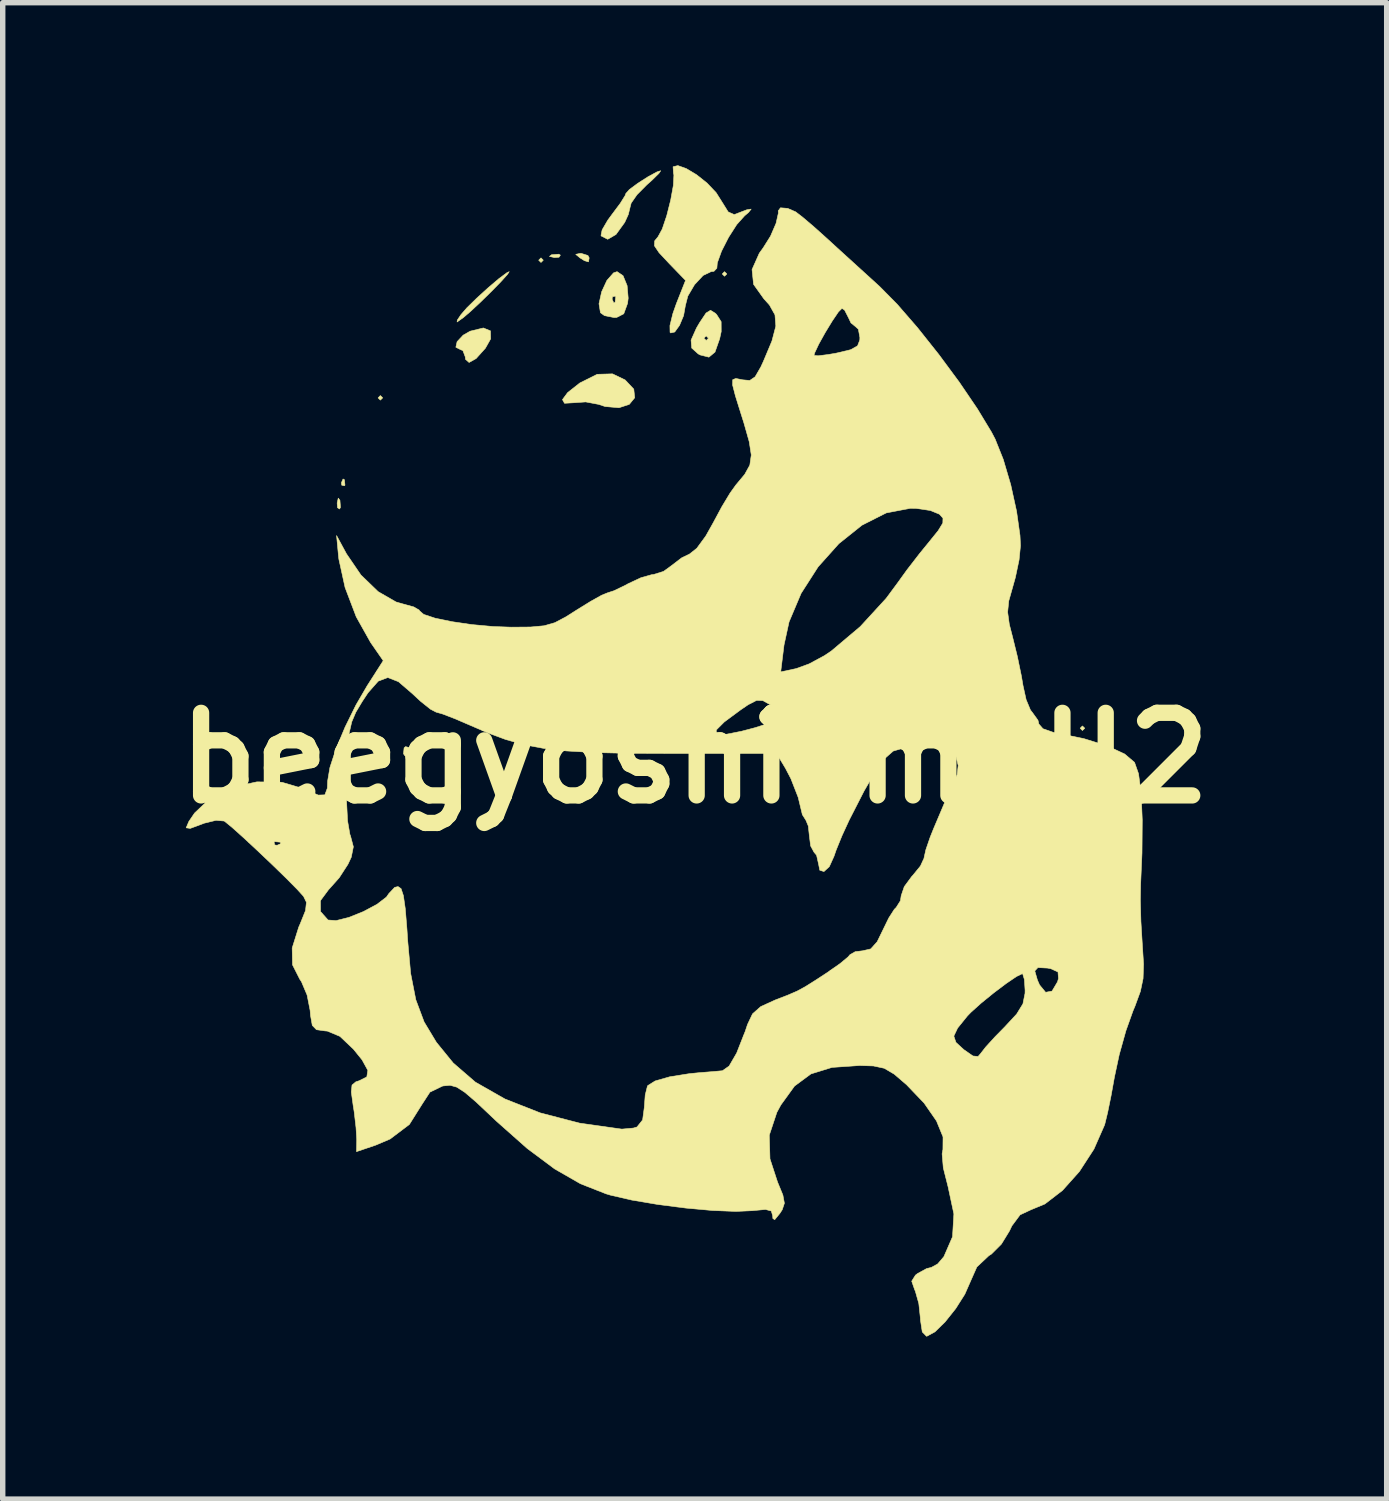
<source format=kicad_pcb>
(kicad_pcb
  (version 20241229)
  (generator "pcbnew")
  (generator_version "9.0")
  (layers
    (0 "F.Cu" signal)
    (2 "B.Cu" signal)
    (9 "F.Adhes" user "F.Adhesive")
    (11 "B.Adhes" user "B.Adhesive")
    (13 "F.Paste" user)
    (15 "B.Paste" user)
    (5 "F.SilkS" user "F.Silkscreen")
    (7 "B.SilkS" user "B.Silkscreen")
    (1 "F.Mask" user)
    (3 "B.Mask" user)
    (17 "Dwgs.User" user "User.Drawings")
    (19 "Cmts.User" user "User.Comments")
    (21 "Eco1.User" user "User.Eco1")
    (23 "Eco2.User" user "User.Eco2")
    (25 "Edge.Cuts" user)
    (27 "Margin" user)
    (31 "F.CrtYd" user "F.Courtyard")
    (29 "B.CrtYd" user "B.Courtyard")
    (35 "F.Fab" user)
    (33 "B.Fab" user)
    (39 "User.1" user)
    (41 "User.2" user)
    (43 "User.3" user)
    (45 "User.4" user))
  (footprint "beegyoshismall2"
    (layer "F.Cu")
    (at 9.768 10.937)
    (property "Reference" "beegyoshismall2" (at 0 0 0) (layer "F.SilkS") (effects (font (size 1.524 1.524) (thickness 0.3))))
    (attr through_hole)
    (fp_poly (pts (xy -5.757 -6.646) (xy -5.8 -6.604) (xy -5.842 -6.646) (xy -5.8 -6.689) (xy -5.757 -6.646)) (stroke (width 0.01) (type solid)) (fill yes) (layer "F.SilkS"))
    (fp_poly (pts (xy -2.794 -9.186) (xy -2.836 -9.144) (xy -2.879 -9.186) (xy -2.836 -9.229) (xy -2.794 -9.186)) (stroke (width 0.01) (type solid)) (fill yes) (layer "F.SilkS"))
    (fp_poly (pts (xy 0.593 -8.932) (xy 0.55 -8.89) (xy 0.508 -8.932) (xy 0.55 -8.975) (xy 0.593 -8.932)) (stroke (width 0.01) (type solid)) (fill yes) (layer "F.SilkS"))
    (fp_poly (pts (xy 7.197 -0.55) (xy 7.154 -0.508) (xy 7.112 -0.55) (xy 7.154 -0.593) (xy 7.197 -0.55)) (stroke (width 0.01) (type solid)) (fill yes) (layer "F.SilkS"))
    (fp_poly (pts (xy -6.546 -4.757) (xy -6.536 -4.625) (xy -6.553 -4.595) (xy -6.591 -4.62) (xy -6.597 -4.706) (xy -6.577 -4.796) (xy -6.546 -4.757)) (stroke (width 0.01) (type solid)) (fill yes) (layer "F.SilkS"))
    (fp_poly (pts (xy -6.463 -5.136) (xy -6.453 -5.036) (xy -6.463 -5.024) (xy -6.513 -5.035) (xy -6.519 -5.08) (xy -6.488 -5.15) (xy -6.463 -5.136)) (stroke (width 0.01) (type solid)) (fill yes) (layer "F.SilkS"))
    (fp_poly (pts (xy -2.478 -9.28) (xy -2.504 -9.241) (xy -2.589 -9.235) (xy -2.68 -9.256) (xy -2.641 -9.287) (xy -2.508 -9.297) (xy -2.478 -9.28)) (stroke (width 0.01) (type solid)) (fill yes) (layer "F.SilkS"))
    (fp_poly (pts (xy -5.262 -0.192) (xy -5.249 -0.132) (xy -5.277 -0.01) (xy -5.351 -0.046) (xy -5.373 -0.079) (xy -5.362 -0.188) (xy -5.335 -0.211) (xy -5.262 -0.192)) (stroke (width 0.01) (type solid)) (fill yes) (layer "F.SilkS"))
    (fp_poly (pts (xy -1.97 -9.273) (xy -1.947 -9.229) (xy -1.96 -9.155) (xy -2.034 -9.177) (xy -2.117 -9.229) (xy -2.195 -9.294) (xy -2.114 -9.312) (xy -2.095 -9.312) (xy -1.97 -9.273)) (stroke (width 0.01) (type solid)) (fill yes) (layer "F.SilkS"))
    (fp_poly (pts (xy -3.768 -7.882) (xy -3.765 -7.734) (xy -3.862 -7.562) (xy -4.034 -7.371) (xy -4.163 -7.299) (xy -4.229 -7.357) (xy -4.233 -7.401) (xy -4.277 -7.518) (xy -4.318 -7.535) (xy -4.407 -7.58) (xy -4.384 -7.683) (xy -4.272 -7.803) (xy -4.144 -7.876) (xy -3.9 -7.936) (xy -3.768 -7.882)) (stroke (width 0.01) (type solid)) (fill yes) (layer "F.SilkS"))
    (fp_poly (pts (xy -3.455 -8.923) (xy -3.576 -8.789) (xy -3.753 -8.608) (xy -3.95 -8.415) (xy -4.133 -8.244) (xy -4.268 -8.128) (xy -4.272 -8.125) (xy -4.384 -8.046) (xy -4.38 -8.081) (xy -4.313 -8.181) (xy -4.203 -8.308) (xy -4.021 -8.486) (xy -3.81 -8.678) (xy -3.612 -8.846) (xy -3.467 -8.954) (xy -3.422 -8.975) (xy -3.455 -8.923)) (stroke (width 0.01) (type solid)) (fill yes) (layer "F.SilkS"))
    (fp_poly (pts (xy -1.284 -6.977) (xy -1.124 -6.807) (xy -1.107 -6.648) (xy -1.207 -6.526) (xy -1.397 -6.464) (xy -1.652 -6.486) (xy -1.773 -6.526) (xy -2.011 -6.571) (xy -2.227 -6.556) (xy -2.402 -6.546) (xy -2.44 -6.614) (xy -2.345 -6.743) (xy -2.123 -6.918) (xy -2.119 -6.921) (xy -1.799 -7.081) (xy -1.517 -7.089) (xy -1.284 -6.977)) (stroke (width 0.01) (type solid)) (fill yes) (layer "F.SilkS"))
    (fp_poly (pts (xy 0.382 -8.206) (xy 0.403 -8.185) (xy 0.488 -8.052) (xy 0.489 -7.868) (xy 0.46 -7.735) (xy 0.374 -7.49) (xy 0.262 -7.397) (xy 0.1 -7.438) (xy 0.064 -7.458) (xy -0.055 -7.565) (xy -0.067 -7.711) (xy -0.051 -7.747) (xy 0.169 -7.747) (xy 0.212 -7.705) (xy 0.254 -7.747) (xy 0.212 -7.789) (xy 0.169 -7.747) (xy -0.051 -7.747) (xy 0.032 -7.933) (xy 0.091 -8.034) (xy 0.21 -8.212) (xy 0.292 -8.262) (xy 0.382 -8.206)) (stroke (width 0.01) (type solid)) (fill yes) (layer "F.SilkS"))
    (fp_poly (pts (xy -1.322 -8.9) (xy -1.247 -8.717) (xy -1.227 -8.485) (xy -1.239 -8.389) (xy -1.309 -8.197) (xy -1.44 -8.13) (xy -1.487 -8.128) (xy -1.664 -8.163) (xy -1.739 -8.217) (xy -1.766 -8.383) (xy -1.747 -8.467) (xy -1.524 -8.467) (xy -1.493 -8.397) (xy -1.468 -8.41) (xy -1.457 -8.511) (xy -1.468 -8.523) (xy -1.518 -8.511) (xy -1.524 -8.467) (xy -1.747 -8.467) (xy -1.717 -8.603) (xy -1.62 -8.813) (xy -1.498 -8.952) (xy -1.432 -8.975) (xy -1.322 -8.9)) (stroke (width 0.01) (type solid)) (fill yes) (layer "F.SilkS"))
    (fp_poly (pts (xy -0.66 -10.788) (xy -0.788 -10.662) (xy -0.886 -10.575) (xy -1.065 -10.394) (xy -1.172 -10.24) (xy -1.185 -10.192) (xy -1.225 -10.029) (xy -1.291 -9.884) (xy -1.453 -9.66) (xy -1.605 -9.572) (xy -1.723 -9.632) (xy -1.729 -9.642) (xy -1.708 -9.746) (xy -1.603 -9.926) (xy -1.523 -10.035) (xy -1.374 -10.234) (xy -1.283 -10.38) (xy -1.27 -10.417) (xy -1.205 -10.49) (xy -1.05 -10.605) (xy -0.861 -10.726) (xy -0.697 -10.815) (xy -0.627 -10.837) (xy -0.66 -10.788)) (stroke (width 0.01) (type solid)) (fill yes) (layer "F.SilkS"))
    (fp_poly (pts (xy -0.156 -10.877) (xy 0.033 -10.764) (xy 0.227 -10.61) (xy 0.395 -10.433) (xy 0.503 -10.262) (xy 0.618 -10.077) (xy 0.729 -10.028) (xy 0.736 -10.03) (xy 0.96 -10.116) (xy 1.042 -10.129) (xy 0.993 -10.067) (xy 0.92 -10.005) (xy 0.776 -9.844) (xy 0.625 -9.608) (xy 0.495 -9.353) (xy 0.417 -9.137) (xy 0.409 -9.038) (xy 0.355 -8.981) (xy 0.302 -8.975) (xy 0.156 -8.905) (xy -0.003 -8.735) (xy -0.127 -8.524) (xy -0.172 -8.349) (xy -0.205 -8.163) (xy -0.28 -7.984) (xy -0.369 -7.861) (xy -0.444 -7.844) (xy -0.455 -7.856) (xy -0.457 -7.98) (xy -0.403 -8.201) (xy -0.34 -8.38) (xy -0.169 -8.813) (xy -0.465 -9.119) (xy -0.657 -9.324) (xy -0.743 -9.452) (xy -0.739 -9.542) (xy -0.677 -9.618) (xy -0.599 -9.761) (xy -0.516 -10.007) (xy -0.443 -10.296) (xy -0.394 -10.566) (xy -0.384 -10.758) (xy -0.392 -10.793) (xy -0.399 -10.91) (xy -0.311 -10.932) (xy -0.156 -10.877)) (stroke (width 0.01) (type solid)) (fill yes) (layer "F.SilkS"))
    (fp_poly (pts (xy 1.716 -10.142) (xy 1.863 -10.078) (xy 1.988 -9.982) (xy 2.192 -9.809) (xy 2.413 -9.611) (xy 2.681 -9.366) (xy 3.013 -9.064) (xy 3.345 -8.762) (xy 3.416 -8.697) (xy 3.738 -8.371) (xy 4.111 -7.941) (xy 4.503 -7.448) (xy 4.883 -6.934) (xy 5.217 -6.442) (xy 5.476 -6.014) (xy 5.544 -5.884) (xy 5.693 -5.511) (xy 5.831 -5.044) (xy 5.939 -4.552) (xy 6.002 -4.107) (xy 6.011 -3.918) (xy 5.985 -3.656) (xy 5.917 -3.333) (xy 5.871 -3.169) (xy 5.795 -2.9) (xy 5.774 -2.693) (xy 5.805 -2.467) (xy 5.866 -2.23) (xy 5.953 -1.876) (xy 6.028 -1.513) (xy 6.058 -1.336) (xy 6.115 -1.078) (xy 6.195 -0.886) (xy 6.232 -0.839) (xy 6.334 -0.697) (xy 6.35 -0.628) (xy 6.426 -0.541) (xy 6.621 -0.473) (xy 6.668 -0.464) (xy 7.179 -0.359) (xy 7.611 -0.225) (xy 7.933 -0.075) (xy 8.116 0.08) (xy 8.116 0.081) (xy 8.189 0.289) (xy 8.237 0.648) (xy 8.258 1.142) (xy 8.253 1.753) (xy 8.228 2.328) (xy 8.223 2.626) (xy 8.233 3.012) (xy 8.257 3.408) (xy 8.259 3.438) (xy 8.282 3.803) (xy 8.273 4.069) (xy 8.224 4.304) (xy 8.124 4.577) (xy 8.087 4.665) (xy 7.956 5.032) (xy 7.833 5.472) (xy 7.745 5.884) (xy 7.682 6.233) (xy 7.619 6.541) (xy 7.568 6.75) (xy 7.561 6.773) (xy 7.366 7.216) (xy 7.098 7.629) (xy 6.786 7.978) (xy 6.461 8.228) (xy 6.205 8.334) (xy 6.004 8.428) (xy 5.852 8.632) (xy 5.808 8.725) (xy 5.659 8.968) (xy 5.475 9.152) (xy 5.427 9.182) (xy 5.206 9.39) (xy 5.09 9.652) (xy 4.984 9.893) (xy 4.816 10.158) (xy 4.621 10.403) (xy 4.433 10.587) (xy 4.286 10.667) (xy 4.276 10.668) (xy 4.199 10.589) (xy 4.165 10.367) (xy 4.164 10.334) (xy 4.135 10.064) (xy 4.071 9.837) (xy 4.059 9.811) (xy 4.004 9.652) (xy 4.073 9.541) (xy 4.112 9.511) (xy 4.278 9.42) (xy 4.367 9.398) (xy 4.483 9.334) (xy 4.598 9.199) (xy 4.757 8.833) (xy 4.782 8.411) (xy 4.675 7.91) (xy 4.587 7.562) (xy 4.565 7.303) (xy 4.58 7.221) (xy 4.582 6.99) (xy 4.461 6.695) (xy 4.233 6.366) (xy 3.915 6.034) (xy 3.914 6.032) (xy 3.681 5.832) (xy 3.498 5.724) (xy 3.298 5.681) (xy 3.042 5.673) (xy 2.533 5.708) (xy 2.145 5.828) (xy 1.842 6.052) (xy 1.589 6.402) (xy 1.516 6.537) (xy 1.376 6.958) (xy 1.389 7.396) (xy 1.528 7.822) (xy 1.627 8.063) (xy 1.655 8.214) (xy 1.615 8.334) (xy 1.571 8.402) (xy 1.476 8.518) (xy 1.442 8.495) (xy 1.439 8.445) (xy 1.413 8.357) (xy 1.306 8.329) (xy 1.076 8.35) (xy 1.075 8.351) (xy 0.76 8.365) (xy 0.33 8.348) (xy -0.166 8.303) (xy -0.679 8.237) (xy -1.159 8.156) (xy -1.557 8.064) (xy -1.634 8.041) (xy -2.107 7.855) (xy -2.584 7.581) (xy -3.092 7.202) (xy -3.658 6.7) (xy -3.733 6.629) (xy -4.031 6.348) (xy -4.24 6.169) (xy -4.39 6.072) (xy -4.512 6.038) (xy -4.635 6.049) (xy -4.655 6.053) (xy -4.885 6.164) (xy -5.03 6.387) (xy -5.265 6.761) (xy -5.62 7.029) (xy -5.883 7.141) (xy -6.24 7.262) (xy -6.236 7.039) (xy -6.249 6.819) (xy -6.283 6.527) (xy -6.302 6.408) (xy -6.336 6.162) (xy -6.323 6.033) (xy -6.251 5.973) (xy -6.191 5.954) (xy -6.05 5.883) (xy -6.031 5.762) (xy -6.137 5.569) (xy -6.295 5.373) (xy -6.546 5.135) (xy -6.778 5.038) (xy -6.824 5.034) (xy -6.979 5.012) (xy -7.056 4.933) (xy -7.089 4.747) (xy -7.096 4.656) (xy -7.152 4.372) (xy -7.256 4.126) (xy -7.287 4.08) (xy -7.421 3.815) (xy -7.427 3.505) (xy -7.306 3.119) (xy -7.279 3.058) (xy -7.181 2.814) (xy -7.164 2.661) (xy -7.179 2.63) (xy -6.905 2.63) (xy -6.904 2.832) (xy -6.765 2.988) (xy -6.617 2.999) (xy -6.381 2.94) (xy -6.112 2.832) (xy -5.863 2.699) (xy -5.688 2.565) (xy -5.643 2.5) (xy -5.536 2.386) (xy -5.474 2.371) (xy -5.418 2.409) (xy -5.375 2.538) (xy -5.34 2.781) (xy -5.309 3.161) (xy -5.296 3.365) (xy -5.241 3.974) (xy -5.146 4.459) (xy -4.993 4.868) (xy -4.766 5.245) (xy -4.456 5.626) (xy -4.046 5.98) (xy -3.5 6.291) (xy -2.85 6.547) (xy -2.124 6.736) (xy -1.355 6.845) (xy -1.34 6.846) (xy -1.132 6.827) (xy -1.065 6.807) (xy -0.961 6.677) (xy -0.93 6.447) (xy -0.913 6.216) (xy -0.873 6.056) (xy -0.867 6.044) (xy -0.73 5.958) (xy -0.461 5.881) (xy -0.097 5.823) (xy 0.085 5.805) (xy 0.324 5.786) (xy 0.503 5.77) (xy 0.511 5.77) (xy 0.635 5.683) (xy 0.774 5.443) (xy 0.897 5.13) (xy 4.781 5.13) (xy 4.82 5.246) (xy 4.961 5.376) (xy 4.963 5.378) (xy 5.134 5.497) (xy 5.229 5.506) (xy 5.275 5.453) (xy 5.369 5.332) (xy 5.544 5.14) (xy 5.719 4.962) (xy 5.94 4.724) (xy 6.056 4.535) (xy 6.095 4.341) (xy 6.096 4.285) (xy 6.083 4.085) (xy 6.052 3.983) (xy 6.044 3.979) (xy 5.938 4.03) (xy 5.748 4.159) (xy 5.516 4.334) (xy 5.285 4.522) (xy 5.099 4.689) (xy 5.032 4.758) (xy 4.851 4.982) (xy 4.781 5.13) (xy 0.897 5.13) (xy 0.932 5.043) (xy 0.975 4.914) (xy 1.067 4.72) (xy 1.218 4.586) (xy 1.483 4.465) (xy 1.488 4.463) (xy 1.723 4.372) (xy 1.89 4.3) (xy 2.044 4.216) (xy 2.241 4.092) (xy 2.464 3.946) (xy 2.488 3.928) (xy 6.275 3.928) (xy 6.323 4.095) (xy 6.363 4.186) (xy 6.475 4.322) (xy 6.593 4.3) (xy 6.694 4.13) (xy 6.712 4.069) (xy 6.703 3.947) (xy 6.569 3.886) (xy 6.509 3.875) (xy 6.332 3.866) (xy 6.275 3.928) (xy 2.488 3.928) (xy 2.68 3.794) (xy 2.827 3.672) (xy 2.865 3.628) (xy 2.961 3.573) (xy 3.1 3.556) (xy 3.249 3.521) (xy 3.367 3.389) (xy 3.467 3.184) (xy 3.58 2.952) (xy 3.683 2.791) (xy 3.718 2.756) (xy 3.796 2.632) (xy 3.81 2.539) (xy 3.867 2.372) (xy 4.006 2.183) (xy 4.022 2.167) (xy 4.165 1.992) (xy 4.232 1.847) (xy 4.233 1.835) (xy 4.265 1.692) (xy 4.345 1.459) (xy 4.408 1.302) (xy 4.528 1.019) (xy 4.634 0.768) (xy 4.672 0.677) (xy 4.772 0.453) (xy 4.842 0.309) (xy 4.862 0.137) (xy 4.808 -0.083) (xy 4.707 -0.287) (xy 4.585 -0.41) (xy 4.535 -0.423) (xy 4.384 -0.386) (xy 4.18 -0.297) (xy 4.18 -0.297) (xy 3.967 -0.207) (xy 3.802 -0.17) (xy 3.663 -0.129) (xy 3.512 0.003) (xy 3.337 0.242) (xy 3.126 0.606) (xy 2.868 1.11) (xy 2.851 1.143) (xy 2.718 1.432) (xy 2.609 1.7) (xy 2.57 1.813) (xy 2.484 2.003) (xy 2.385 2.094) (xy 2.308 2.07) (xy 2.286 1.959) (xy 2.249 1.794) (xy 2.201 1.736) (xy 2.139 1.621) (xy 2.117 1.448) (xy 2.096 1.254) (xy 2.053 1.15) (xy 1.985 1.042) (xy 1.983 1.03) (xy 1.909 0.724) (xy 1.775 0.381) (xy 1.676 0.191) (xy 1.51 -0.085) (xy -0.488 -0.085) (xy -1.245 -0.088) (xy -1.861 -0.102) (xy -2.364 -0.131) (xy -2.784 -0.178) (xy -3.149 -0.247) (xy -3.487 -0.342) (xy -3.826 -0.468) (xy -3.941 -0.518) (xy 0.398 -0.518) (xy 0.399 -0.44) (xy 0.553 -0.433) (xy 0.861 -0.494) (xy 1.116 -0.561) (xy 1.376 -0.645) (xy 1.555 -0.724) (xy 1.609 -0.771) (xy 1.545 -0.864) (xy 1.396 -0.982) (xy 1.258 -1.06) (xy 1.142 -1.064) (xy 0.988 -0.985) (xy 0.847 -0.889) (xy 0.547 -0.667) (xy 0.398 -0.518) (xy -3.941 -0.518) (xy -4.139 -0.603) (xy -4.422 -0.725) (xy -4.648 -0.812) (xy -4.77 -0.847) (xy -4.771 -0.847) (xy -4.876 -0.902) (xy -5.055 -1.045) (xy -5.216 -1.194) (xy -5.466 -1.409) (xy -5.663 -1.486) (xy -5.839 -1.419) (xy -6.029 -1.203) (xy -6.138 -1.038) (xy -6.253 -0.845) (xy -6.328 -0.668) (xy -6.375 -0.464) (xy -6.402 -0.186) (xy -6.419 0.209) (xy -6.421 0.281) (xy -6.425 0.775) (xy -6.405 1.159) (xy -6.362 1.408) (xy -6.351 1.437) (xy -6.298 1.637) (xy -6.337 1.83) (xy -6.398 1.96) (xy -6.558 2.207) (xy -6.743 2.415) (xy -6.752 2.423) (xy -6.905 2.63) (xy -7.179 2.63) (xy -7.217 2.552) (xy -7.337 2.42) (xy -7.54 2.215) (xy -7.795 1.967) (xy -8.068 1.708) (xy -8.235 1.552) (xy -7.761 1.552) (xy -7.749 1.603) (xy -7.705 1.609) (xy -7.635 1.578) (xy -7.648 1.552) (xy -7.749 1.542) (xy -7.761 1.552) (xy -8.235 1.552) (xy -8.326 1.468) (xy -8.538 1.278) (xy -8.669 1.171) (xy -8.683 1.162) (xy -8.832 1.149) (xy -9.051 1.202) (xy -9.099 1.221) (xy -9.308 1.298) (xy -9.383 1.287) (xy -9.334 1.171) (xy -9.228 1.015) (xy -8.931 0.733) (xy -8.532 0.538) (xy -8.077 0.439) (xy -7.615 0.447) (xy -7.195 0.572) (xy -7.176 0.582) (xy -6.946 0.683) (xy -6.824 0.679) (xy -6.778 0.555) (xy -6.773 0.424) (xy -6.731 0.175) (xy -6.618 -0.171) (xy -6.451 -0.571) (xy -6.25 -0.979) (xy -6.042 -1.336) (xy -5.879 -1.59) (xy 1.587 -1.59) (xy 1.873 -1.651) (xy 2.112 -1.738) (xy 2.394 -1.89) (xy 2.524 -1.978) (xy 3.055 -2.426) (xy 3.533 -2.947) (xy 3.735 -3.22) (xy 3.916 -3.471) (xy 4.147 -3.77) (xy 4.306 -3.965) (xy 4.492 -4.195) (xy 4.578 -4.336) (xy 4.581 -4.426) (xy 4.516 -4.499) (xy 4.348 -4.568) (xy 4.088 -4.606) (xy 3.976 -4.608) (xy 3.534 -4.523) (xy 3.087 -4.297) (xy 2.66 -3.956) (xy 2.277 -3.528) (xy 1.963 -3.038) (xy 1.741 -2.513) (xy 1.648 -2.086) (xy 1.587 -1.59) (xy -5.879 -1.59) (xy -5.747 -1.797) (xy -5.98 -2.133) (xy -6.245 -2.606) (xy -6.451 -3.147) (xy -6.566 -3.672) (xy -6.572 -3.725) (xy -6.608 -4.106) (xy -6.425 -3.768) (xy -6.158 -3.377) (xy -5.84 -3.07) (xy -5.508 -2.879) (xy -5.381 -2.843) (xy -5.184 -2.789) (xy -5.083 -2.73) (xy -5.08 -2.719) (xy -5.001 -2.651) (xy -4.79 -2.581) (xy -4.482 -2.517) (xy -4.114 -2.463) (xy -3.722 -2.427) (xy -3.387 -2.415) (xy -3.027 -2.418) (xy -2.778 -2.441) (xy -2.58 -2.498) (xy -2.376 -2.606) (xy -2.179 -2.731) (xy -1.922 -2.89) (xy -1.718 -3.004) (xy -1.61 -3.048) (xy -1.61 -3.048) (xy -1.49 -3.087) (xy -1.292 -3.182) (xy -1.228 -3.217) (xy -0.993 -3.327) (xy -0.792 -3.384) (xy -0.759 -3.387) (xy -0.575 -3.444) (xy -0.432 -3.548) (xy -0.241 -3.694) (xy -0.096 -3.764) (xy 0.039 -3.871) (xy 0.205 -4.098) (xy 0.343 -4.344) (xy 0.501 -4.638) (xy 0.653 -4.89) (xy 0.759 -5.038) (xy 0.923 -5.235) (xy 1.017 -5.405) (xy 1.044 -5.592) (xy 1.006 -5.837) (xy 0.908 -6.183) (xy 0.855 -6.35) (xy 0.751 -6.683) (xy 0.699 -6.884) (xy 0.701 -6.981) (xy 0.759 -7.004) (xy 0.874 -6.981) (xy 0.883 -6.979) (xy 1.016 -6.967) (xy 1.115 -7.035) (xy 1.22 -7.216) (xy 1.266 -7.316) (xy 1.314 -7.43) (xy 2.201 -7.43) (xy 2.276 -7.422) (xy 2.467 -7.446) (xy 2.625 -7.474) (xy 2.879 -7.535) (xy 3.005 -7.606) (xy 3.046 -7.713) (xy 3.048 -7.758) (xy 3.02 -7.912) (xy 2.969 -7.959) (xy 2.883 -8.029) (xy 2.836 -8.128) (xy 2.766 -8.265) (xy 2.717 -8.297) (xy 2.651 -8.231) (xy 2.538 -8.064) (xy 2.407 -7.849) (xy 2.289 -7.637) (xy 2.214 -7.477) (xy 2.201 -7.43) (xy 1.314 -7.43) (xy 1.425 -7.695) (xy 1.497 -7.97) (xy 1.481 -8.178) (xy 1.379 -8.36) (xy 1.276 -8.474) (xy 1.086 -8.741) (xy 1.058 -9.014) (xy 1.192 -9.315) (xy 1.264 -9.415) (xy 1.399 -9.63) (xy 1.501 -9.866) (xy 1.544 -10.056) (xy 1.541 -10.097) (xy 1.583 -10.153) (xy 1.716 -10.142)) (stroke (width 0.01) (type solid)) (fill yes) (layer "F.SilkS")))
  (gr_rect
    (start -3 -3)
    (end 22.536 24.61)
    (stroke (width 0.1) (type default))
    (fill no)
    (layer "Edge.Cuts")))
</source>
